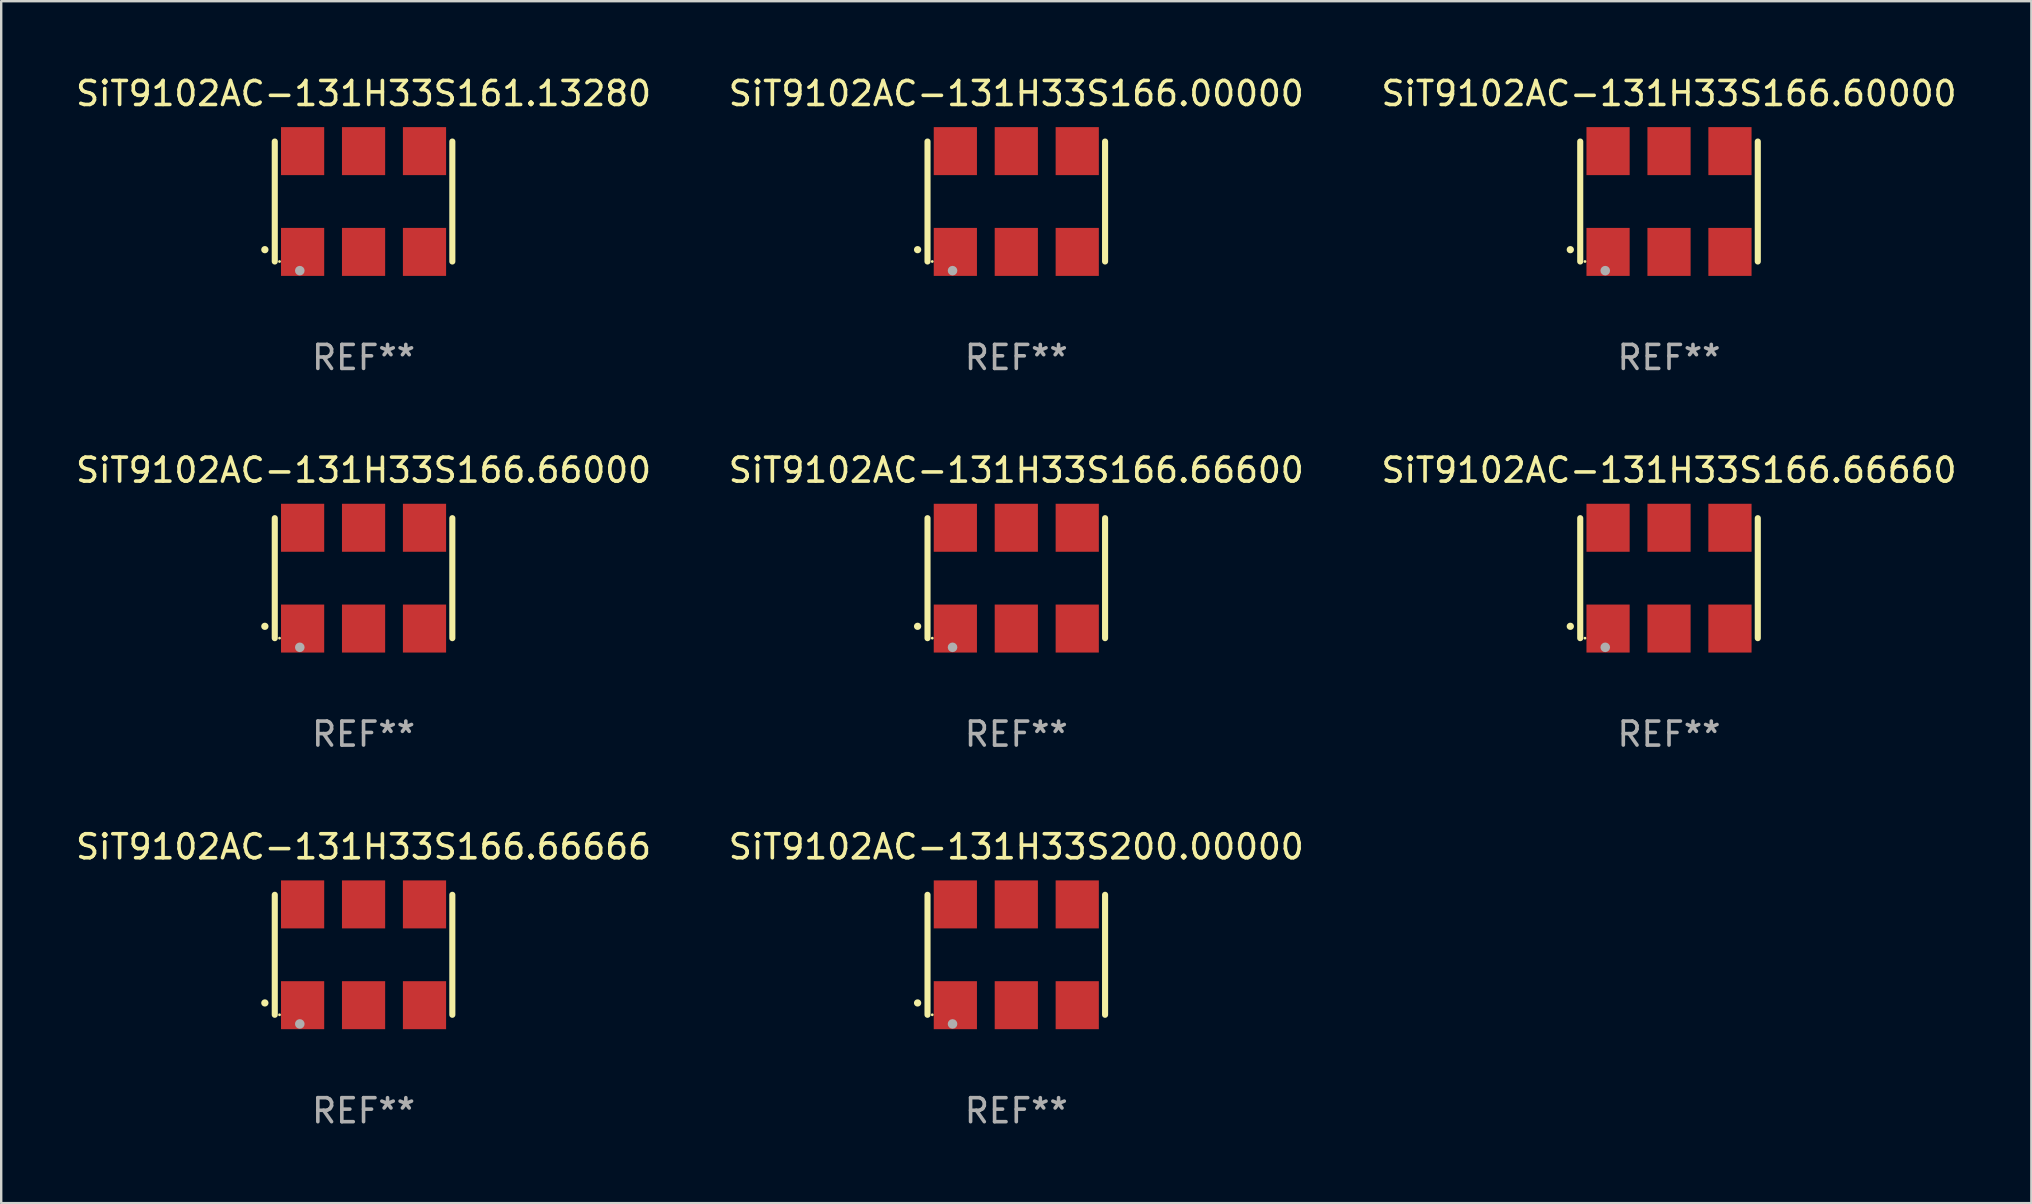
<source format=kicad_pcb>
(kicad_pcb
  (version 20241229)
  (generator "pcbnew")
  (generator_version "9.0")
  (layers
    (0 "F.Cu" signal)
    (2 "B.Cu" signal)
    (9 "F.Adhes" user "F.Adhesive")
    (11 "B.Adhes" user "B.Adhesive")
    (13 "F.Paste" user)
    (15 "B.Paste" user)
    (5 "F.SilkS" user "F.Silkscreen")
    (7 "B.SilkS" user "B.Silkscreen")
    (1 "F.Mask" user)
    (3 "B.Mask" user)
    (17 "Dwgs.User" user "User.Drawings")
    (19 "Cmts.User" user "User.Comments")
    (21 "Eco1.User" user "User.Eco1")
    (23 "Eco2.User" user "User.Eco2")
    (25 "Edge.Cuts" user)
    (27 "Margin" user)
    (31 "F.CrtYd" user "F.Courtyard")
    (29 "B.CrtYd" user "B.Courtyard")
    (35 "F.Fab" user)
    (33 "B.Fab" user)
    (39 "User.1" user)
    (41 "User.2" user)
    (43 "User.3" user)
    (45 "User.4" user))
  (footprint "SiT9102AC-131H33S166.66600"
    (layer "F.Cu")
    (at 39.304 21.045)
    (property "Reference" "SiT9102AC-131H33S166.66600" (at 0 -4.5 0) (layer "F.SilkS") (effects (font (size 1 1) (thickness 0.15))))
    (attr through_hole)
    (fp_line (start -3.7 -2.5) (end -3.7 2.5) (stroke (width 0.254) (type solid)) (layer "F.SilkS"))
    (fp_line (start 3.7 -2.5) (end 3.7 2.5) (stroke (width 0.254) (type solid)) (layer "F.SilkS"))
    (fp_arc (start -4.114415 2.006604) (mid -4.113145 2.006599) (end -4.111875 2.006604) (stroke (width 0.3) (type solid)) (layer "F.SilkS"))
    (fp_circle (center -3.502 2.5) (end -3.472 2.5) (stroke (width 0.06) (type solid)) (fill no) (layer "F.SilkS"))
    (fp_circle (center -2.657 2.882) (end -2.557 2.882) (stroke (width 0.2) (type solid)) (fill no) (layer "F.Fab"))
    (fp_text user "REF**" (at 0 6.5 0) (layer "F.Fab") (effects (font (size 1 1) (thickness 0.15))))
    (pad "1" smd rect (at -2.54 2.1) (size 1.8 2) (layers "F.Cu" "F.Mask" "F.Paste"))
    (pad "2" smd rect (at 0.000394 2.1) (size 1.8 2) (layers "F.Cu" "F.Mask" "F.Paste"))
    (pad "3" smd rect (at 2.54 2.1) (size 1.8 2) (layers "F.Cu" "F.Mask" "F.Paste"))
    (pad "4" smd rect (at 2.54 -2.1) (size 1.8 2) (layers "F.Cu" "F.Mask" "F.Paste"))
    (pad "5" smd rect (at 0.000394 -2.1) (size 1.8 2) (layers "F.Cu" "F.Mask" "F.Paste"))
    (pad "6" smd rect (at -2.54 -2.1) (size 1.8 2) (layers "F.Cu" "F.Mask" "F.Paste")))
  (footprint "SiT9102AC-131H33S200.00000"
    (layer "F.Cu")
    (at 39.304 36.741)
    (property "Reference" "SiT9102AC-131H33S200.00000" (at 0 -4.5 0) (layer "F.SilkS") (effects (font (size 1 1) (thickness 0.15))))
    (attr through_hole)
    (fp_line (start -3.7 -2.5) (end -3.7 2.5) (stroke (width 0.254) (type solid)) (layer "F.SilkS"))
    (fp_line (start 3.7 -2.5) (end 3.7 2.5) (stroke (width 0.254) (type solid)) (layer "F.SilkS"))
    (fp_arc (start -4.114415 2.006604) (mid -4.113145 2.006599) (end -4.111875 2.006604) (stroke (width 0.3) (type solid)) (layer "F.SilkS"))
    (fp_circle (center -3.502 2.5) (end -3.472 2.5) (stroke (width 0.06) (type solid)) (fill no) (layer "F.SilkS"))
    (fp_circle (center -2.657 2.882) (end -2.557 2.882) (stroke (width 0.2) (type solid)) (fill no) (layer "F.Fab"))
    (fp_text user "REF**" (at 0 6.5 0) (layer "F.Fab") (effects (font (size 1 1) (thickness 0.15))))
    (pad "1" smd rect (at -2.54 2.1) (size 1.8 2) (layers "F.Cu" "F.Mask" "F.Paste"))
    (pad "2" smd rect (at 0.000394 2.1) (size 1.8 2) (layers "F.Cu" "F.Mask" "F.Paste"))
    (pad "3" smd rect (at 2.54 2.1) (size 1.8 2) (layers "F.Cu" "F.Mask" "F.Paste"))
    (pad "4" smd rect (at 2.54 -2.1) (size 1.8 2) (layers "F.Cu" "F.Mask" "F.Paste"))
    (pad "5" smd rect (at 0.000394 -2.1) (size 1.8 2) (layers "F.Cu" "F.Mask" "F.Paste"))
    (pad "6" smd rect (at -2.54 -2.1) (size 1.8 2) (layers "F.Cu" "F.Mask" "F.Paste")))
  (footprint "SiT9102AC-131H33S166.66000"
    (layer "F.Cu")
    (at 12.101 21.045)
    (property "Reference" "SiT9102AC-131H33S166.66000" (at 0 -4.5 0) (layer "F.SilkS") (effects (font (size 1 1) (thickness 0.15))))
    (attr through_hole)
    (fp_line (start -3.7 -2.5) (end -3.7 2.5) (stroke (width 0.254) (type solid)) (layer "F.SilkS"))
    (fp_line (start 3.7 -2.5) (end 3.7 2.5) (stroke (width 0.254) (type solid)) (layer "F.SilkS"))
    (fp_arc (start -4.114415 2.006604) (mid -4.113145 2.006599) (end -4.111875 2.006604) (stroke (width 0.3) (type solid)) (layer "F.SilkS"))
    (fp_circle (center -3.502 2.5) (end -3.472 2.5) (stroke (width 0.06) (type solid)) (fill no) (layer "F.SilkS"))
    (fp_circle (center -2.657 2.882) (end -2.557 2.882) (stroke (width 0.2) (type solid)) (fill no) (layer "F.Fab"))
    (fp_text user "REF**" (at 0 6.5 0) (layer "F.Fab") (effects (font (size 1 1) (thickness 0.15))))
    (pad "1" smd rect (at -2.54 2.1) (size 1.8 2) (layers "F.Cu" "F.Mask" "F.Paste"))
    (pad "2" smd rect (at 0.000394 2.1) (size 1.8 2) (layers "F.Cu" "F.Mask" "F.Paste"))
    (pad "3" smd rect (at 2.54 2.1) (size 1.8 2) (layers "F.Cu" "F.Mask" "F.Paste"))
    (pad "4" smd rect (at 2.54 -2.1) (size 1.8 2) (layers "F.Cu" "F.Mask" "F.Paste"))
    (pad "5" smd rect (at 0.000394 -2.1) (size 1.8 2) (layers "F.Cu" "F.Mask" "F.Paste"))
    (pad "6" smd rect (at -2.54 -2.1) (size 1.8 2) (layers "F.Cu" "F.Mask" "F.Paste")))
  (footprint "SiT9102AC-131H33S166.66660"
    (layer "F.Cu")
    (at 66.506 21.045)
    (property "Reference" "SiT9102AC-131H33S166.66660" (at 0 -4.5 0) (layer "F.SilkS") (effects (font (size 1 1) (thickness 0.15))))
    (attr through_hole)
    (fp_line (start -3.7 -2.5) (end -3.7 2.5) (stroke (width 0.254) (type solid)) (layer "F.SilkS"))
    (fp_line (start 3.7 -2.5) (end 3.7 2.5) (stroke (width 0.254) (type solid)) (layer "F.SilkS"))
    (fp_arc (start -4.114415 2.006604) (mid -4.113145 2.006599) (end -4.111875 2.006604) (stroke (width 0.3) (type solid)) (layer "F.SilkS"))
    (fp_circle (center -3.502 2.5) (end -3.472 2.5) (stroke (width 0.06) (type solid)) (fill no) (layer "F.SilkS"))
    (fp_circle (center -2.657 2.882) (end -2.557 2.882) (stroke (width 0.2) (type solid)) (fill no) (layer "F.Fab"))
    (fp_text user "REF**" (at 0 6.5 0) (layer "F.Fab") (effects (font (size 1 1) (thickness 0.15))))
    (pad "1" smd rect (at -2.54 2.1) (size 1.8 2) (layers "F.Cu" "F.Mask" "F.Paste"))
    (pad "2" smd rect (at 0.000394 2.1) (size 1.8 2) (layers "F.Cu" "F.Mask" "F.Paste"))
    (pad "3" smd rect (at 2.54 2.1) (size 1.8 2) (layers "F.Cu" "F.Mask" "F.Paste"))
    (pad "4" smd rect (at 2.54 -2.1) (size 1.8 2) (layers "F.Cu" "F.Mask" "F.Paste"))
    (pad "5" smd rect (at 0.000394 -2.1) (size 1.8 2) (layers "F.Cu" "F.Mask" "F.Paste"))
    (pad "6" smd rect (at -2.54 -2.1) (size 1.8 2) (layers "F.Cu" "F.Mask" "F.Paste")))
  (footprint "SiT9102AC-131H33S161.13280"
    (layer "F.Cu")
    (at 12.101 5.348)
    (property "Reference" "SiT9102AC-131H33S161.13280" (at 0 -4.5 0) (layer "F.SilkS") (effects (font (size 1 1) (thickness 0.15))))
    (attr through_hole)
    (fp_line (start -3.7 -2.5) (end -3.7 2.5) (stroke (width 0.254) (type solid)) (layer "F.SilkS"))
    (fp_line (start 3.7 -2.5) (end 3.7 2.5) (stroke (width 0.254) (type solid)) (layer "F.SilkS"))
    (fp_arc (start -4.114415 2.006604) (mid -4.113145 2.006599) (end -4.111875 2.006604) (stroke (width 0.3) (type solid)) (layer "F.SilkS"))
    (fp_circle (center -3.502 2.5) (end -3.472 2.5) (stroke (width 0.06) (type solid)) (fill no) (layer "F.SilkS"))
    (fp_circle (center -2.657 2.882) (end -2.557 2.882) (stroke (width 0.2) (type solid)) (fill no) (layer "F.Fab"))
    (fp_text user "REF**" (at 0 6.5 0) (layer "F.Fab") (effects (font (size 1 1) (thickness 0.15))))
    (pad "1" smd rect (at -2.54 2.1) (size 1.8 2) (layers "F.Cu" "F.Mask" "F.Paste"))
    (pad "2" smd rect (at 0.000394 2.1) (size 1.8 2) (layers "F.Cu" "F.Mask" "F.Paste"))
    (pad "3" smd rect (at 2.54 2.1) (size 1.8 2) (layers "F.Cu" "F.Mask" "F.Paste"))
    (pad "4" smd rect (at 2.54 -2.1) (size 1.8 2) (layers "F.Cu" "F.Mask" "F.Paste"))
    (pad "5" smd rect (at 0.000394 -2.1) (size 1.8 2) (layers "F.Cu" "F.Mask" "F.Paste"))
    (pad "6" smd rect (at -2.54 -2.1) (size 1.8 2) (layers "F.Cu" "F.Mask" "F.Paste")))
  (footprint "SiT9102AC-131H33S166.60000"
    (layer "F.Cu")
    (at 66.506 5.348)
    (property "Reference" "SiT9102AC-131H33S166.60000" (at 0 -4.5 0) (layer "F.SilkS") (effects (font (size 1 1) (thickness 0.15))))
    (attr through_hole)
    (fp_line (start -3.7 -2.5) (end -3.7 2.5) (stroke (width 0.254) (type solid)) (layer "F.SilkS"))
    (fp_line (start 3.7 -2.5) (end 3.7 2.5) (stroke (width 0.254) (type solid)) (layer "F.SilkS"))
    (fp_arc (start -4.114415 2.006604) (mid -4.113145 2.006599) (end -4.111875 2.006604) (stroke (width 0.3) (type solid)) (layer "F.SilkS"))
    (fp_circle (center -3.502 2.5) (end -3.472 2.5) (stroke (width 0.06) (type solid)) (fill no) (layer "F.SilkS"))
    (fp_circle (center -2.657 2.882) (end -2.557 2.882) (stroke (width 0.2) (type solid)) (fill no) (layer "F.Fab"))
    (fp_text user "REF**" (at 0 6.5 0) (layer "F.Fab") (effects (font (size 1 1) (thickness 0.15))))
    (pad "1" smd rect (at -2.54 2.1) (size 1.8 2) (layers "F.Cu" "F.Mask" "F.Paste"))
    (pad "2" smd rect (at 0.000394 2.1) (size 1.8 2) (layers "F.Cu" "F.Mask" "F.Paste"))
    (pad "3" smd rect (at 2.54 2.1) (size 1.8 2) (layers "F.Cu" "F.Mask" "F.Paste"))
    (pad "4" smd rect (at 2.54 -2.1) (size 1.8 2) (layers "F.Cu" "F.Mask" "F.Paste"))
    (pad "5" smd rect (at 0.000394 -2.1) (size 1.8 2) (layers "F.Cu" "F.Mask" "F.Paste"))
    (pad "6" smd rect (at -2.54 -2.1) (size 1.8 2) (layers "F.Cu" "F.Mask" "F.Paste")))
  (footprint "SiT9102AC-131H33S166.00000"
    (layer "F.Cu")
    (at 39.304 5.348)
    (property "Reference" "SiT9102AC-131H33S166.00000" (at 0 -4.5 0) (layer "F.SilkS") (effects (font (size 1 1) (thickness 0.15))))
    (attr through_hole)
    (fp_line (start -3.7 -2.5) (end -3.7 2.5) (stroke (width 0.254) (type solid)) (layer "F.SilkS"))
    (fp_line (start 3.7 -2.5) (end 3.7 2.5) (stroke (width 0.254) (type solid)) (layer "F.SilkS"))
    (fp_arc (start -4.114415 2.006604) (mid -4.113145 2.006599) (end -4.111875 2.006604) (stroke (width 0.3) (type solid)) (layer "F.SilkS"))
    (fp_circle (center -3.502 2.5) (end -3.472 2.5) (stroke (width 0.06) (type solid)) (fill no) (layer "F.SilkS"))
    (fp_circle (center -2.657 2.882) (end -2.557 2.882) (stroke (width 0.2) (type solid)) (fill no) (layer "F.Fab"))
    (fp_text user "REF**" (at 0 6.5 0) (layer "F.Fab") (effects (font (size 1 1) (thickness 0.15))))
    (pad "1" smd rect (at -2.54 2.1) (size 1.8 2) (layers "F.Cu" "F.Mask" "F.Paste"))
    (pad "2" smd rect (at 0.000394 2.1) (size 1.8 2) (layers "F.Cu" "F.Mask" "F.Paste"))
    (pad "3" smd rect (at 2.54 2.1) (size 1.8 2) (layers "F.Cu" "F.Mask" "F.Paste"))
    (pad "4" smd rect (at 2.54 -2.1) (size 1.8 2) (layers "F.Cu" "F.Mask" "F.Paste"))
    (pad "5" smd rect (at 0.000394 -2.1) (size 1.8 2) (layers "F.Cu" "F.Mask" "F.Paste"))
    (pad "6" smd rect (at -2.54 -2.1) (size 1.8 2) (layers "F.Cu" "F.Mask" "F.Paste")))
  (footprint "SiT9102AC-131H33S166.66666"
    (layer "F.Cu")
    (at 12.101 36.741)
    (property "Reference" "SiT9102AC-131H33S166.66666" (at 0 -4.5 0) (layer "F.SilkS") (effects (font (size 1 1) (thickness 0.15))))
    (attr through_hole)
    (fp_line (start -3.7 -2.5) (end -3.7 2.5) (stroke (width 0.254) (type solid)) (layer "F.SilkS"))
    (fp_line (start 3.7 -2.5) (end 3.7 2.5) (stroke (width 0.254) (type solid)) (layer "F.SilkS"))
    (fp_arc (start -4.114415 2.006604) (mid -4.113145 2.006599) (end -4.111875 2.006604) (stroke (width 0.3) (type solid)) (layer "F.SilkS"))
    (fp_circle (center -3.502 2.5) (end -3.472 2.5) (stroke (width 0.06) (type solid)) (fill no) (layer "F.SilkS"))
    (fp_circle (center -2.657 2.882) (end -2.557 2.882) (stroke (width 0.2) (type solid)) (fill no) (layer "F.Fab"))
    (fp_text user "REF**" (at 0 6.5 0) (layer "F.Fab") (effects (font (size 1 1) (thickness 0.15))))
    (pad "1" smd rect (at -2.54 2.1) (size 1.8 2) (layers "F.Cu" "F.Mask" "F.Paste"))
    (pad "2" smd rect (at 0.000394 2.1) (size 1.8 2) (layers "F.Cu" "F.Mask" "F.Paste"))
    (pad "3" smd rect (at 2.54 2.1) (size 1.8 2) (layers "F.Cu" "F.Mask" "F.Paste"))
    (pad "4" smd rect (at 2.54 -2.1) (size 1.8 2) (layers "F.Cu" "F.Mask" "F.Paste"))
    (pad "5" smd rect (at 0.000394 -2.1) (size 1.8 2) (layers "F.Cu" "F.Mask" "F.Paste"))
    (pad "6" smd rect (at -2.54 -2.1) (size 1.8 2) (layers "F.Cu" "F.Mask" "F.Paste")))
  (gr_rect
    (start -3 -3)
    (end 81.607 47.09)
    (stroke (width 0.1) (type default))
    (fill no)
    (layer "Edge.Cuts")))
</source>
